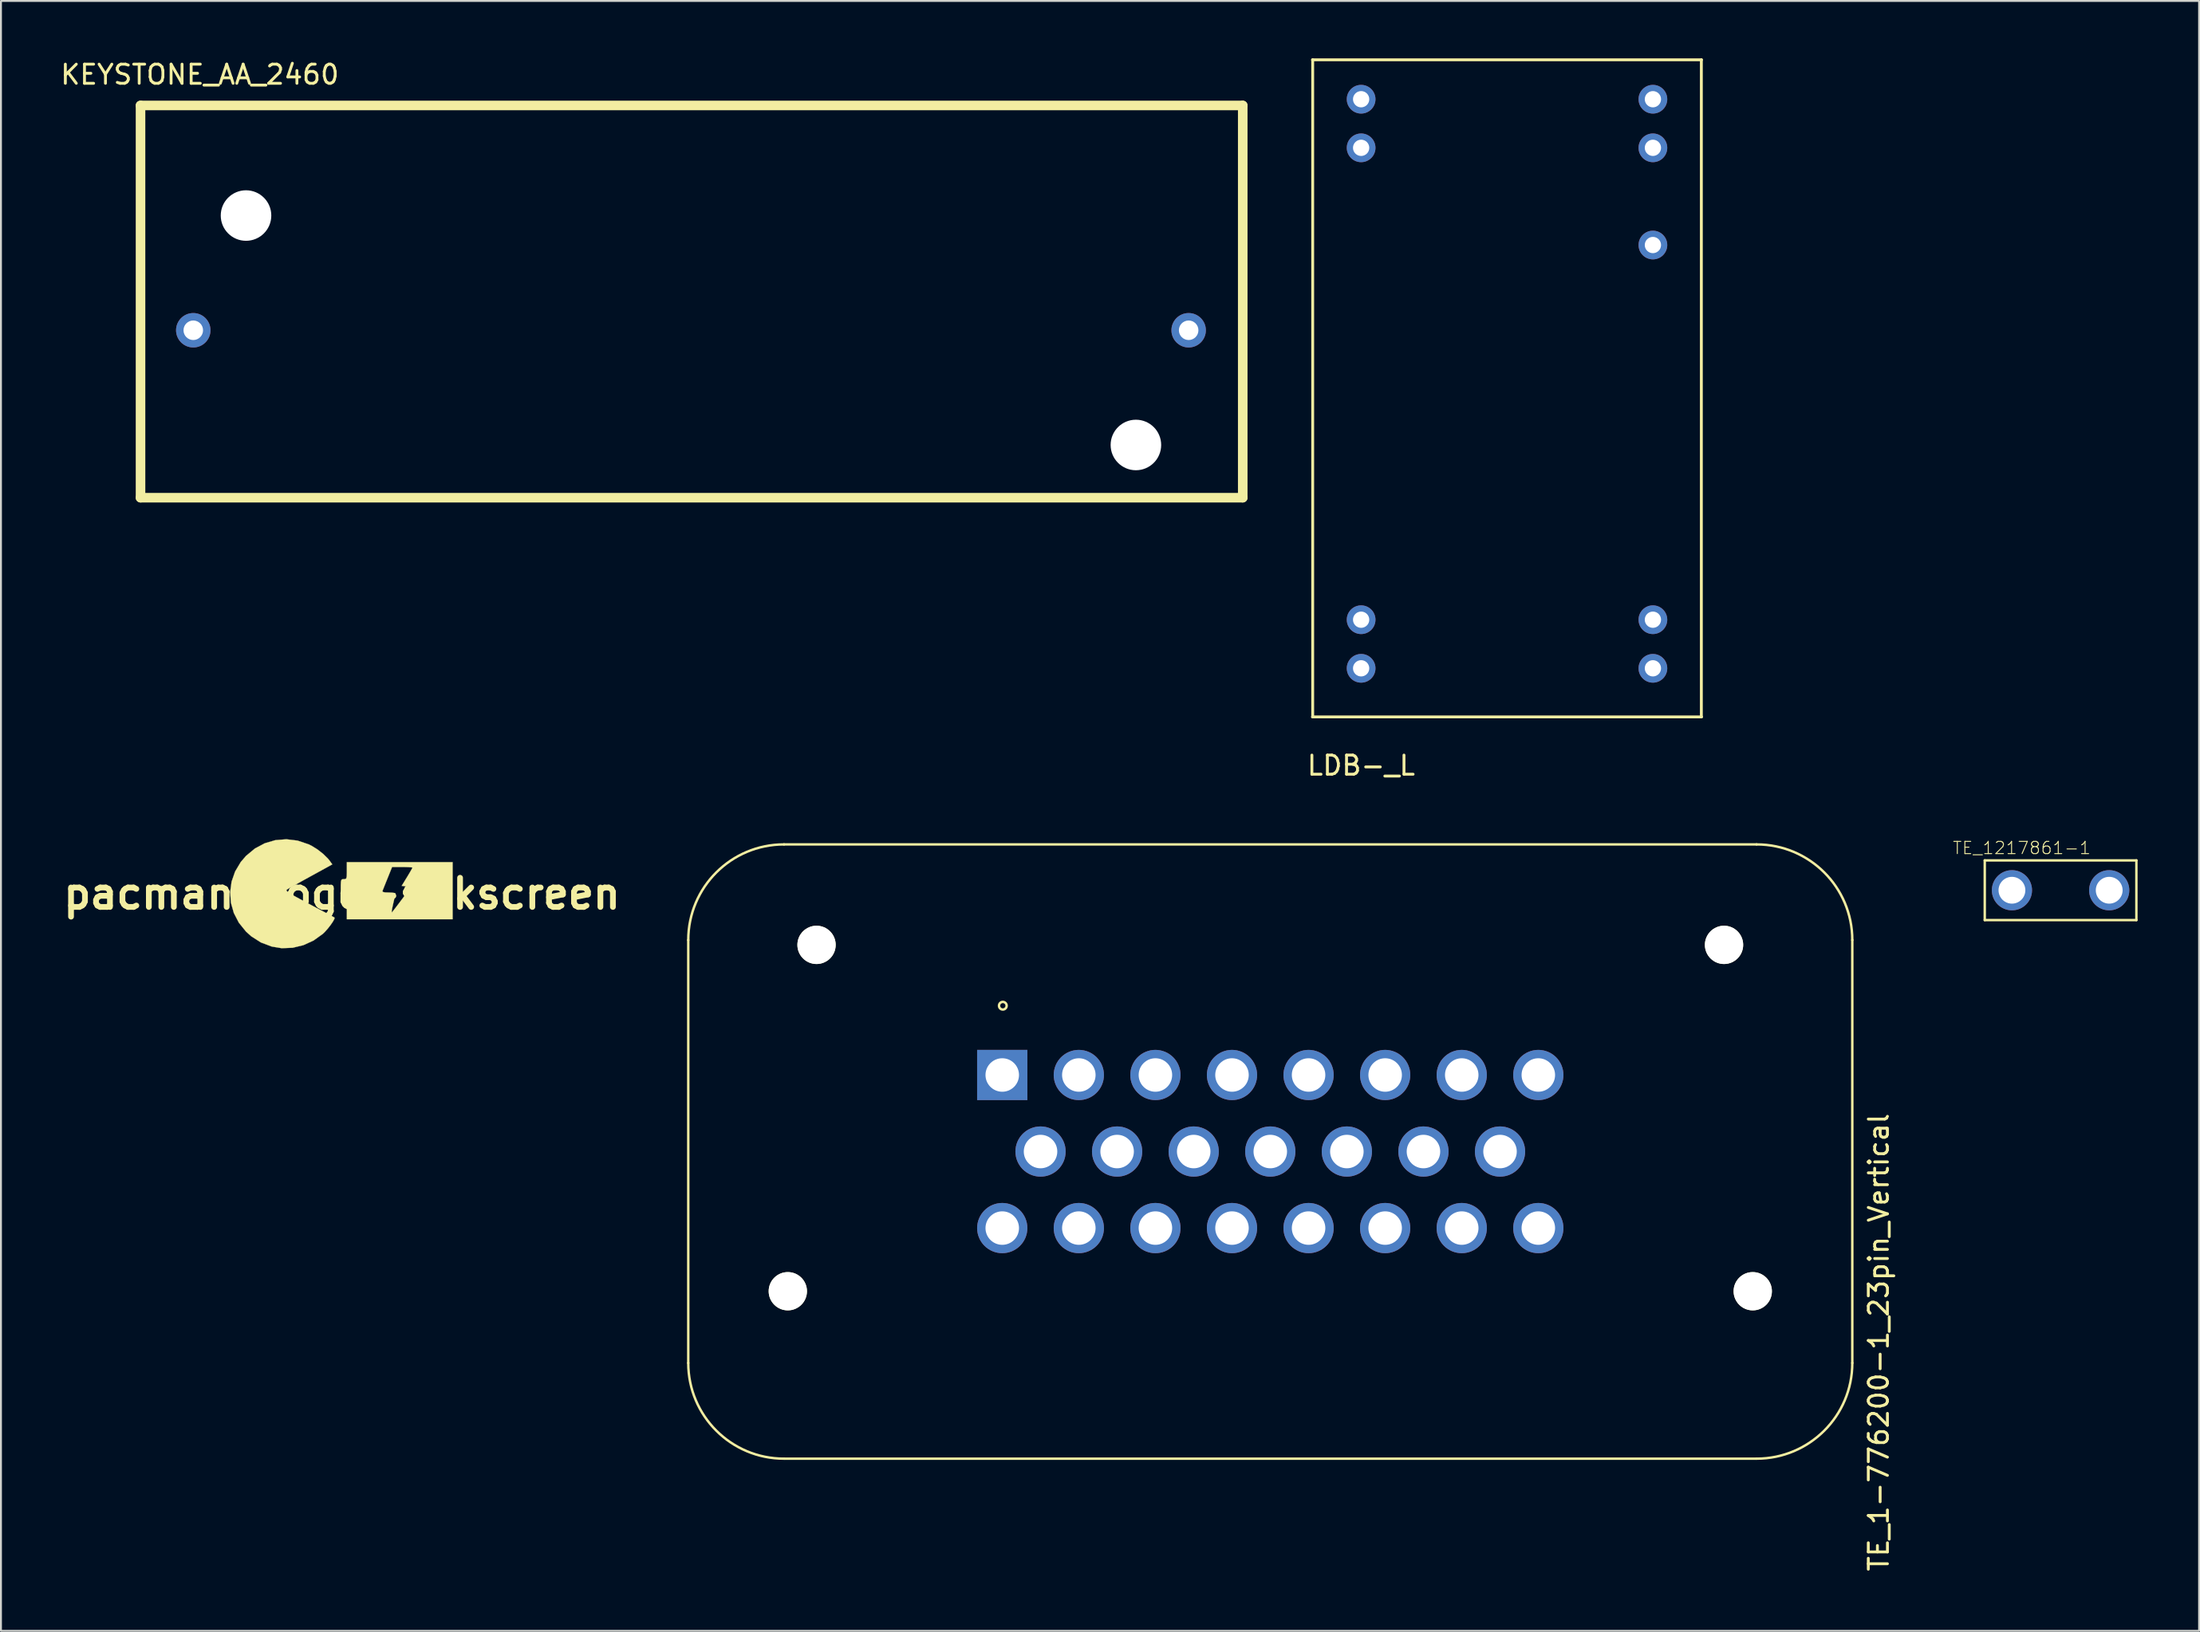
<source format=kicad_pcb>
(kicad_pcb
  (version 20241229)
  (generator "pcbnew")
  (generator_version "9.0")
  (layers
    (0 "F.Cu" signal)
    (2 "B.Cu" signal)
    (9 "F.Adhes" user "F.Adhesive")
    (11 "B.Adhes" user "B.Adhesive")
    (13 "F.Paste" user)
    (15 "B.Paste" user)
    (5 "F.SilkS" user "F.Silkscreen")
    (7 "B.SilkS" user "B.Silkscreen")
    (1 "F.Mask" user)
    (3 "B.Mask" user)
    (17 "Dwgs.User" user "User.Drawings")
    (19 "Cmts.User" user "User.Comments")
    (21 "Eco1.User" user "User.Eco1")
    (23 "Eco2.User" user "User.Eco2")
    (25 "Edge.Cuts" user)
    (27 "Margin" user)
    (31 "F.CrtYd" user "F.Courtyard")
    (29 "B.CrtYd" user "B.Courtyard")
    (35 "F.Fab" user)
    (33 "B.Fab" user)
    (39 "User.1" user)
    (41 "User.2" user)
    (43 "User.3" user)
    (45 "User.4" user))
  (footprint "TE_1217861-1"
    (layer "F.Cu")
    (at 104.577 43.473)
    (property "Reference" "TE_1217861-1" (at -2.026 -2.208 0) (layer "F.SilkS") (effects (font (size 0.64 0.64) (thickness 0.05))))
    (attr through_hole)
    (fp_line (start -3.96 -1.56) (end 3.96 -1.56) (stroke (width 0.127) (type solid)) (layer "F.SilkS"))
    (fp_line (start -3.96 1.56) (end -3.96 -1.56) (stroke (width 0.127) (type solid)) (layer "F.SilkS"))
    (fp_line (start 3.96 -1.56) (end 3.96 1.56) (stroke (width 0.127) (type solid)) (layer "F.SilkS"))
    (fp_line (start 3.96 1.56) (end -3.96 1.56) (stroke (width 0.127) (type solid)) (layer "F.SilkS"))
    (fp_line (start -4.21 -1.81) (end 4.21 -1.81) (stroke (width 0.05) (type solid)) (layer "Eco1.User"))
    (fp_line (start -4.21 1.81) (end -4.21 -1.81) (stroke (width 0.05) (type solid)) (layer "Eco1.User"))
    (fp_line (start 4.21 -1.81) (end 4.21 1.81) (stroke (width 0.05) (type solid)) (layer "Eco1.User"))
    (fp_line (start 4.21 1.81) (end -4.21 1.81) (stroke (width 0.05) (type solid)) (layer "Eco1.User"))
    (pad "1" thru_hole circle (at -2.54 0) (size 2.1 2.1) (drill 1.4) (layers "*.Cu" "*.Mask"))
    (pad "2" thru_hole circle (at 2.54 0) (size 2.1 2.1) (drill 1.4) (layers "*.Cu" "*.Mask")))
  (footprint "LDB-_L"
    (layer "F.Cu")
    (at 68.044 31.875)
    (property "Reference" "LDB-_L" (at 0 5.08 0) (layer "F.SilkS") (effects (font (size 1 1) (thickness 0.15))))
    (attr through_hole)
    (fp_line (start -2.54 -31.8) (end 17.78 -31.8) (stroke (width 0.15) (type solid)) (layer "F.SilkS"))
    (fp_line (start -2.54 2.54) (end 17.78 2.54) (stroke (width 0.15) (type solid)) (layer "F.SilkS"))
    (fp_line (start -2.53 -31.8) (end -2.53 2.54) (stroke (width 0.15) (type solid)) (layer "F.SilkS"))
    (fp_line (start 17.77 2.54) (end 17.77 -31.8) (stroke (width 0.15) (type solid)) (layer "F.SilkS"))
    (pad "1" thru_hole circle (at 0 -29.74) (size 1.5 1.5) (drill 0.85) (layers "*.Cu" "*.Mask"))
    (pad "2" thru_hole circle (at 0 -27.2) (size 1.5 1.5) (drill 0.85) (layers "*.Cu" "*.Mask"))
    (pad "11" thru_hole circle (at 0 -2.54) (size 1.5 1.5) (drill 0.85) (layers "*.Cu" "*.Mask"))
    (pad "12" thru_hole circle (at 0 0) (size 1.5 1.5) (drill 0.85) (layers "*.Cu" "*.Mask"))
    (pad "13" thru_hole circle (at 15.24 0) (size 1.5 1.5) (drill 0.85) (layers "*.Cu" "*.Mask"))
    (pad "14" thru_hole circle (at 15.24 -2.54) (size 1.5 1.5) (drill 0.85) (layers "*.Cu" "*.Mask"))
    (pad "21" thru_hole circle (at 15.24 -22.12) (size 1.5 1.5) (drill 0.85) (layers "*.Cu" "*.Mask"))
    (pad "23" thru_hole circle (at 15.24 -27.2) (size 1.5 1.5) (drill 0.85) (layers "*.Cu" "*.Mask"))
    (pad "24" thru_hole circle (at 15.24 -29.74) (size 1.5 1.5) (drill 0.85) (layers "*.Cu" "*.Mask")))
  (footprint "TE_1-776200-1_23pin_Vertical"
    (layer "F.Cu")
    (at 63.299 57.128)
    (property "Reference" "TE_1-776200-1_23pin_Vertical" (at 31.78 9.97 90) (layer "F.SilkS") (effects (font (size 1 1) (thickness 0.15))))
    (attr through_hole)
    (fp_line (start -30.4 -11.05) (end -30.4 11.05) (stroke (width 0.127) (type solid)) (layer "F.SilkS"))
    (fp_line (start -25.4 16.05) (end 25.4 16.05) (stroke (width 0.127) (type solid)) (layer "F.SilkS"))
    (fp_line (start 25.4 -16.05) (end -25.4 -16.05) (stroke (width 0.127) (type solid)) (layer "F.SilkS"))
    (fp_line (start 30.4 11.05) (end 30.4 -11.05) (stroke (width 0.127) (type solid)) (layer "F.SilkS"))
    (fp_arc (start -30.4 -11.05) (mid -28.935534 -14.585534) (end -25.4 -16.05) (stroke (width 0.127) (type solid)) (layer "F.SilkS"))
    (fp_arc (start -25.4 16.05) (mid -28.935534 14.585534) (end -30.4 11.05) (stroke (width 0.127) (type solid)) (layer "F.SilkS"))
    (fp_arc (start 25.4 -16.05) (mid 28.935534 -14.585534) (end 30.4 -11.05) (stroke (width 0.127) (type solid)) (layer "F.SilkS"))
    (fp_arc (start 30.4 11.05) (mid 28.935534 14.585534) (end 25.4 16.05) (stroke (width 0.127) (type solid)) (layer "F.SilkS"))
    (fp_circle (center -13.97 -7.62) (end -13.77 -7.62) (stroke (width 0.127) (type solid)) (fill no) (layer "F.SilkS"))
    (fp_line (start -30.65 -11.3) (end -30.65 11.3) (stroke (width 0.05) (type solid)) (layer "Eco1.User"))
    (fp_line (start -25.65 16.3) (end 25.65 16.3) (stroke (width 0.05) (type solid)) (layer "Eco1.User"))
    (fp_line (start 25.65 -16.3) (end -25.65 -16.3) (stroke (width 0.05) (type solid)) (layer "Eco1.User"))
    (fp_line (start 30.65 11.3) (end 30.65 -11.3) (stroke (width 0.05) (type solid)) (layer "Eco1.User"))
    (fp_arc (start -30.65 -11.3) (mid -29.185534 -14.835534) (end -25.65 -16.3) (stroke (width 0.05) (type solid)) (layer "Eco1.User"))
    (fp_arc (start -25.65 16.3) (mid -29.185534 14.835534) (end -30.65 11.3) (stroke (width 0.05) (type solid)) (layer "Eco1.User"))
    (fp_arc (start 25.65 -16.3) (mid 29.185534 -14.835534) (end 30.65 -11.3) (stroke (width 0.05) (type solid)) (layer "Eco1.User"))
    (fp_arc (start 30.65 11.3) (mid 29.185534 14.835534) (end 25.65 16.3) (stroke (width 0.05) (type solid)) (layer "Eco1.User"))
    (fp_line (start -30.4 -11.05) (end -30.4 11.05) (stroke (width 0.127) (type solid)) (layer "Eco2.User"))
    (fp_line (start -25.4 16.05) (end 25.4 16.05) (stroke (width 0.127) (type solid)) (layer "Eco2.User"))
    (fp_line (start 25.4 -16.05) (end -25.4 -16.05) (stroke (width 0.127) (type solid)) (layer "Eco2.User"))
    (fp_line (start 30.4 11.05) (end 30.4 -11.05) (stroke (width 0.127) (type solid)) (layer "Eco2.User"))
    (fp_arc (start -30.4 -11.05) (mid -28.935534 -14.585534) (end -25.4 -16.05) (stroke (width 0.127) (type solid)) (layer "Eco2.User"))
    (fp_arc (start -25.4 16.05) (mid -28.935534 14.585534) (end -30.4 11.05) (stroke (width 0.127) (type solid)) (layer "Eco2.User"))
    (fp_arc (start 25.4 -16.05) (mid 28.935534 -14.585534) (end 30.4 -11.05) (stroke (width 0.127) (type solid)) (layer "Eco2.User"))
    (fp_arc (start 30.4 11.05) (mid 28.935534 14.585534) (end 25.4 16.05) (stroke (width 0.127) (type solid)) (layer "Eco2.User"))
    (pad "" np_thru_hole circle (at -25.2 7.3) (size 2 2) (drill 2) (layers "*.Cu" "*.Mask" "F.SilkS"))
    (pad "" np_thru_hole circle (at -23.7 -10.8) (size 2 2) (drill 2) (layers "*.Cu" "*.Mask" "F.SilkS"))
    (pad "" np_thru_hole circle (at 23.7 -10.8) (size 2 2) (drill 2) (layers "*.Cu" "*.Mask" "F.SilkS"))
    (pad "" np_thru_hole circle (at 25.2 7.3) (size 2 2) (drill 2) (layers "*.Cu" "*.Mask" "F.SilkS"))
    (pad "1" thru_hole rect (at -14 -4) (size 2.625 2.625) (drill 1.75) (layers "*.Cu" "*.Mask"))
    (pad "2" thru_hole circle (at -10 -4) (size 2.625 2.625) (drill 1.75) (layers "*.Cu" "*.Mask"))
    (pad "3" thru_hole circle (at -6 -4) (size 2.625 2.625) (drill 1.75) (layers "*.Cu" "*.Mask"))
    (pad "4" thru_hole circle (at -2 -4) (size 2.625 2.625) (drill 1.75) (layers "*.Cu" "*.Mask"))
    (pad "5" thru_hole circle (at 2 -4) (size 2.625 2.625) (drill 1.75) (layers "*.Cu" "*.Mask"))
    (pad "6" thru_hole circle (at 6 -4) (size 2.625 2.625) (drill 1.75) (layers "*.Cu" "*.Mask"))
    (pad "7" thru_hole circle (at 10 -4) (size 2.625 2.625) (drill 1.75) (layers "*.Cu" "*.Mask"))
    (pad "8" thru_hole circle (at 14 -4) (size 2.625 2.625) (drill 1.75) (layers "*.Cu" "*.Mask"))
    (pad "9" thru_hole circle (at -12 0) (size 2.625 2.625) (drill 1.75) (layers "*.Cu" "*.Mask"))
    (pad "10" thru_hole circle (at -8 0) (size 2.625 2.625) (drill 1.75) (layers "*.Cu" "*.Mask"))
    (pad "11" thru_hole circle (at -4 0) (size 2.625 2.625) (drill 1.75) (layers "*.Cu" "*.Mask"))
    (pad "12" thru_hole circle (at 0 0) (size 2.625 2.625) (drill 1.75) (layers "*.Cu" "*.Mask"))
    (pad "13" thru_hole circle (at 4 0) (size 2.625 2.625) (drill 1.75) (layers "*.Cu" "*.Mask"))
    (pad "14" thru_hole circle (at 8 0) (size 2.625 2.625) (drill 1.75) (layers "*.Cu" "*.Mask"))
    (pad "15" thru_hole circle (at 12 0) (size 2.625 2.625) (drill 1.75) (layers "*.Cu" "*.Mask"))
    (pad "16" thru_hole circle (at -14 4) (size 2.625 2.625) (drill 1.75) (layers "*.Cu" "*.Mask"))
    (pad "17" thru_hole circle (at -10 4) (size 2.625 2.625) (drill 1.75) (layers "*.Cu" "*.Mask"))
    (pad "18" thru_hole circle (at -6 4) (size 2.625 2.625) (drill 1.75) (layers "*.Cu" "*.Mask"))
    (pad "19" thru_hole circle (at -2 4) (size 2.625 2.625) (drill 1.75) (layers "*.Cu" "*.Mask"))
    (pad "20" thru_hole circle (at 2 4) (size 2.625 2.625) (drill 1.75) (layers "*.Cu" "*.Mask"))
    (pad "21" thru_hole circle (at 6 4) (size 2.625 2.625) (drill 1.75) (layers "*.Cu" "*.Mask"))
    (pad "22" thru_hole circle (at 10 4) (size 2.625 2.625) (drill 1.75) (layers "*.Cu" "*.Mask"))
    (pad "23" thru_hole circle (at 14 4) (size 2.625 2.625) (drill 1.75) (layers "*.Cu" "*.Mask")))
  (footprint "KEYSTONE_AA_2460"
    (layer "F.Cu")
    (at 9.8 8.214)
    (property "Reference" "KEYSTONE_AA_2460" (at -2.413 -7.366 0) (layer "F.SilkS") (effects (font (size 1 1) (thickness 0.15))))
    (attr through_hole)
    (fp_line (start -5.51 -5.753) (end -5.51 14.745) (stroke (width 0.5) (type solid)) (layer "F.SilkS"))
    (fp_line (start -5.51 -5.753) (end 52.06 -5.753) (stroke (width 0.5) (type solid)) (layer "F.SilkS"))
    (fp_line (start 52.06 14.745) (end -5.51 14.745) (stroke (width 0.5) (type solid)) (layer "F.SilkS"))
    (fp_line (start 52.06 14.745) (end 52.06 -5.753) (stroke (width 0.5) (type solid)) (layer "F.SilkS"))
    (pad "" thru_hole circle (at -2.755 5.995) (size 1.8 1.8) (drill 1.02) (layers "*.Cu" "*.Mask"))
    (pad "" np_thru_hole circle (at 0 0) (size 2.64 2.64) (drill 2.64) (layers "*.Cu" "*.Mask"))
    (pad "" np_thru_hole circle (at 46.48 11.99) (size 2.64 2.64) (drill 2.64) (layers "*.Cu" "*.Mask"))
    (pad "" thru_hole circle (at 49.235 5.995) (size 1.8 1.8) (drill 1.02) (layers "*.Cu" "*.Mask")))
  (footprint "pacman-logo-silkscreen"
    (layer "F.Cu")
    (at 14.812 43.656)
    (property "Reference" "pacman-logo-silkscreen" (at 0 0 0) (layer "F.SilkS") (effects (font (size 1.524 1.524) (thickness 0.3))))
    (attr through_hole)
    (fp_poly (pts (xy -2.324 -2.777) (xy -1.752 -2.586) (xy -1.602 -2.514) (xy -1.293 -2.325) (xy -0.988 -2.087) (xy -0.732 -1.836) (xy -0.636 -1.716) (xy -0.506 -1.534) (xy -1.634 -0.914) (xy -1.984 -0.721) (xy -2.302 -0.544) (xy -2.568 -0.396) (xy -2.763 -0.285) (xy -2.869 -0.223) (xy -2.877 -0.218) (xy -2.902 -0.187) (xy -2.886 -0.145) (xy -2.816 -0.083) (xy -2.682 0.005) (xy -2.472 0.126) (xy -2.174 0.29) (xy -1.777 0.502) (xy -1.702 0.542) (xy -1.334 0.738) (xy -1.004 0.913) (xy -0.729 1.06) (xy -0.526 1.169) (xy -0.41 1.233) (xy -0.389 1.245) (xy -0.396 1.314) (xy -0.469 1.45) (xy -0.589 1.627) (xy -0.737 1.817) (xy -0.893 1.993) (xy -0.999 2.096) (xy -1.482 2.443) (xy -2.015 2.687) (xy -2.577 2.823) (xy -3.149 2.845) (xy -3.666 2.76) (xy -4.236 2.545) (xy -4.737 2.225) (xy -5.013 1.977) (xy -5.387 1.513) (xy -5.649 1.005) (xy -5.8 0.468) (xy -5.839 -0.083) (xy -5.766 -0.632) (xy -5.582 -1.162) (xy -5.286 -1.659) (xy -5.013 -1.977) (xy -4.548 -2.363) (xy -4.032 -2.638) (xy -3.479 -2.8) (xy -2.905 -2.847) (xy -2.324 -2.777)) (stroke (width 0.01) (type solid)) (fill yes) (layer "F.SilkS"))
    (fp_poly (pts (xy 5.779 1.333) (xy 0.254 1.333) (xy 0.254 0.857) (xy 0.252 0.615) (xy 0.24 0.473) (xy 0.209 0.405) (xy 0.151 0.383) (xy 0.095 0.381) (xy 0.02 0.376) (xy -0.027 0.347) (xy -0.052 0.267) (xy -0.062 0.113) (xy -0.063 -0.14) (xy -0.063 -0.143) (xy 2.113 -0.143) (xy 2.133 -0.095) (xy 2.25 -0.07) (xy 2.438 -0.064) (xy 2.631 -0.056) (xy 2.759 -0.036) (xy 2.792 -0.016) (xy 2.777 0.064) (xy 2.74 0.235) (xy 2.687 0.464) (xy 2.672 0.53) (xy 2.624 0.752) (xy 2.598 0.909) (xy 2.6 0.976) (xy 2.607 0.974) (xy 2.664 0.905) (xy 2.78 0.756) (xy 2.939 0.548) (xy 3.124 0.302) (xy 3.136 0.286) (xy 3.612 -0.349) (xy 3.118 -0.413) (xy 3.401 -0.875) (xy 3.529 -1.088) (xy 3.626 -1.256) (xy 3.678 -1.354) (xy 3.683 -1.367) (xy 3.624 -1.381) (xy 3.468 -1.391) (xy 3.244 -1.397) (xy 3.15 -1.397) (xy 2.617 -1.397) (xy 2.381 -0.81) (xy 2.277 -0.552) (xy 2.19 -0.334) (xy 2.131 -0.186) (xy 2.113 -0.143) (xy -0.063 -0.143) (xy -0.064 -0.191) (xy -0.062 -0.461) (xy -0.054 -0.629) (xy -0.032 -0.719) (xy 0.011 -0.755) (xy 0.081 -0.762) (xy 0.095 -0.762) (xy 0.178 -0.769) (xy 0.226 -0.807) (xy 0.248 -0.904) (xy 0.254 -1.088) (xy 0.254 -1.206) (xy 0.254 -1.651) (xy 5.779 -1.651) (xy 5.779 1.333)) (stroke (width 0.01) (type solid)) (fill yes) (layer "F.SilkS")))
  (gr_rect
    (start -3 -3)
    (end 111.812 82.176)
    (stroke (width 0.1) (type default))
    (fill no)
    (layer "Edge.Cuts")))
</source>
